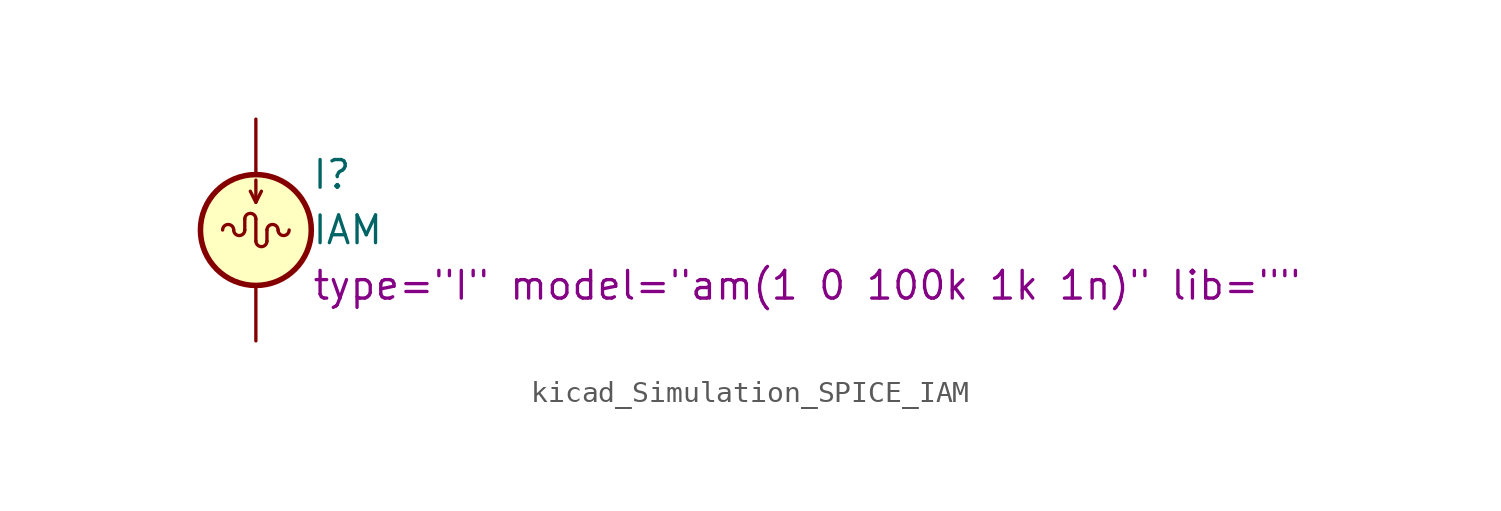
<source format=kicad_sym>
(kicad_symbol_lib
  (version 20220914)
  (generator kicad_symbol_editor)
  (symbol "kicad_Simulation_SPICE_IAM"
    (pin_numbers hide)
    (pin_names
      (offset 0.025))
    (property "Reference" "I"
      (at 2.54 2.54 0)
      (effects (font (size 1.27 1.27)) (justify left)))
    (property "Value" "IAM"
      (at 2.54 0 0)
      (effects (font (size 1.27 1.27)) (justify left)))
    (property "Sim.Params" "type=\"I\" model=\"am(1 0 100k 1k 1n)\" lib=\"\""
      (at 2.54 -2.54 0)
      (effects (font (size 1.27 1.27)) (justify left)))
    (symbol "kicad_Simulation_SPICE_IAM_0_0"
      (arc (start 0 0.508) (mid -0.254 0.7609) (end -0.508 0.508) (stroke (width 0) (type default)) (fill (type none))))
    (symbol "kicad_Simulation_SPICE_IAM_0_1"
      (arc (start -1.016 0) (mid -1.27 0.2529) (end -1.524 0) (stroke (width 0) (type default)) (fill (type none)))
      (arc (start -1.016 0) (mid -0.762 -0.2529) (end -0.508 0) (stroke (width 0) (type default)) (fill (type none)))
      (arc (start 0 -0.508) (mid 0.254 -0.7609) (end 0.508 -0.508) (stroke (width 0) (type default)) (fill (type none)))
      (polyline (pts (xy -0.508 0.508) (xy -0.508 0)) (stroke (width 0) (type default)) (fill (type none)))
      (polyline (pts (xy 0 0.508) (xy 0 -0.508)) (stroke (width 0) (type default)) (fill (type none)))
      (polyline (pts (xy 0 1.27) (xy 0 2.286)) (stroke (width 0) (type default)) (fill (type none)))
      (polyline (pts (xy 0.508 -0.508) (xy 0.508 0)) (stroke (width 0) (type default)) (fill (type none)))
      (polyline (pts (xy -0.254 1.778) (xy 0 1.27) (xy 0.254 1.778)) (stroke (width 0) (type default)) (fill (type none)))
      (circle (center 0 0) (radius 2.54) (stroke (width 0.254) (type default)) (fill (type background)))
      (arc (start 1.016 0) (mid 0.762 0.2529) (end 0.508 0) (stroke (width 0) (type default)) (fill (type none)))
      (arc (start 1.016 0) (mid 1.27 -0.2529) (end 1.524 0) (stroke (width 0) (type default)) (fill (type none))))
    (symbol "kicad_Simulation_SPICE_IAM_1_1"
      (pin passive line (at 0 5.08 270) (length 2.54) (name "~" (effects (font (size 1.27 1.27)))) (number "1" (effects (font (size 1.27 1.27)))))
      (pin passive line (at 0 -5.08 90) (length 2.54) (name "~" (effects (font (size 1.27 1.27)))) (number "2" (effects (font (size 1.27 1.27))))))))
</source>
